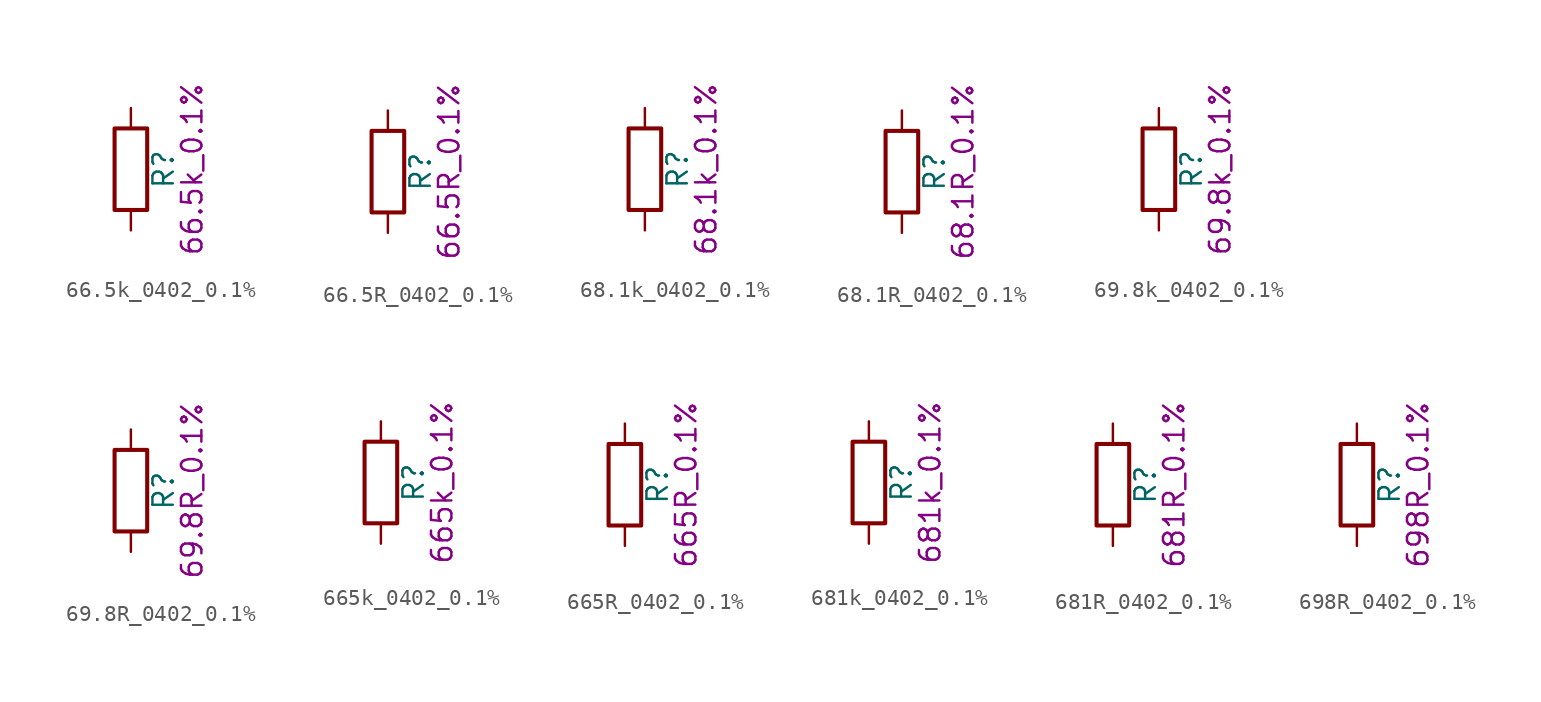
<source format=kicad_sym>
(kicad_symbol_lib
  (version 20211014)
  (generator kicad_symbol_editor)
  (symbol "66.5k_0402_0.1%"
    (pin_numbers hide)
    (pin_names
      (offset 0))
    (property "Reference" "R"
      (at 2.032 0 90)
      (effects (font (size 1.27 1.27))))
    (property "Display" "66.5k_0.1%"
      (at 3.81 0 90)
      (effects (font (size 1.27 1.27))))
    (symbol "66.5k_0402_0.1%_0_1"
      (rectangle (start -1.016 -2.54) (end 1.016 2.54) (stroke (width 0.254) (type default) (color 0 0 0 0)) (fill (type none))))
    (symbol "66.5k_0402_0.1%_1_1"
      (pin passive line (at 0 3.81 270) (length 1.27) (name "~" (effects (font (size 1.27 1.27)))) (number "1" (effects (font (size 1.27 1.27)))))
      (pin passive line (at 0 -3.81 90) (length 1.27) (name "~" (effects (font (size 1.27 1.27)))) (number "2" (effects (font (size 1.27 1.27)))))))
  (symbol "66.5R_0402_0.1%"
    (pin_numbers hide)
    (pin_names
      (offset 0))
    (property "Reference" "R"
      (at 2.032 0 90)
      (effects (font (size 1.27 1.27))))
    (property "Display" "66.5R_0.1%"
      (at 3.81 0 90)
      (effects (font (size 1.27 1.27))))
    (symbol "66.5R_0402_0.1%_0_1"
      (rectangle (start -1.016 -2.54) (end 1.016 2.54) (stroke (width 0.254) (type default) (color 0 0 0 0)) (fill (type none))))
    (symbol "66.5R_0402_0.1%_1_1"
      (pin passive line (at 0 3.81 270) (length 1.27) (name "~" (effects (font (size 1.27 1.27)))) (number "1" (effects (font (size 1.27 1.27)))))
      (pin passive line (at 0 -3.81 90) (length 1.27) (name "~" (effects (font (size 1.27 1.27)))) (number "2" (effects (font (size 1.27 1.27)))))))
  (symbol "68.1k_0402_0.1%"
    (pin_numbers hide)
    (pin_names
      (offset 0))
    (property "Reference" "R"
      (at 2.032 0 90)
      (effects (font (size 1.27 1.27))))
    (property "Display" "68.1k_0.1%"
      (at 3.81 0 90)
      (effects (font (size 1.27 1.27))))
    (symbol "68.1k_0402_0.1%_0_1"
      (rectangle (start -1.016 -2.54) (end 1.016 2.54) (stroke (width 0.254) (type default) (color 0 0 0 0)) (fill (type none))))
    (symbol "68.1k_0402_0.1%_1_1"
      (pin passive line (at 0 3.81 270) (length 1.27) (name "~" (effects (font (size 1.27 1.27)))) (number "1" (effects (font (size 1.27 1.27)))))
      (pin passive line (at 0 -3.81 90) (length 1.27) (name "~" (effects (font (size 1.27 1.27)))) (number "2" (effects (font (size 1.27 1.27)))))))
  (symbol "68.1R_0402_0.1%"
    (pin_numbers hide)
    (pin_names
      (offset 0))
    (property "Reference" "R"
      (at 2.032 0 90)
      (effects (font (size 1.27 1.27))))
    (property "Display" "68.1R_0.1%"
      (at 3.81 0 90)
      (effects (font (size 1.27 1.27))))
    (symbol "68.1R_0402_0.1%_0_1"
      (rectangle (start -1.016 -2.54) (end 1.016 2.54) (stroke (width 0.254) (type default) (color 0 0 0 0)) (fill (type none))))
    (symbol "68.1R_0402_0.1%_1_1"
      (pin passive line (at 0 3.81 270) (length 1.27) (name "~" (effects (font (size 1.27 1.27)))) (number "1" (effects (font (size 1.27 1.27)))))
      (pin passive line (at 0 -3.81 90) (length 1.27) (name "~" (effects (font (size 1.27 1.27)))) (number "2" (effects (font (size 1.27 1.27)))))))
  (symbol "69.8k_0402_0.1%"
    (pin_numbers hide)
    (pin_names
      (offset 0))
    (property "Reference" "R"
      (at 2.032 0 90)
      (effects (font (size 1.27 1.27))))
    (property "Display" "69.8k_0.1%"
      (at 3.81 0 90)
      (effects (font (size 1.27 1.27))))
    (symbol "69.8k_0402_0.1%_0_1"
      (rectangle (start -1.016 -2.54) (end 1.016 2.54) (stroke (width 0.254) (type default) (color 0 0 0 0)) (fill (type none))))
    (symbol "69.8k_0402_0.1%_1_1"
      (pin passive line (at 0 3.81 270) (length 1.27) (name "~" (effects (font (size 1.27 1.27)))) (number "1" (effects (font (size 1.27 1.27)))))
      (pin passive line (at 0 -3.81 90) (length 1.27) (name "~" (effects (font (size 1.27 1.27)))) (number "2" (effects (font (size 1.27 1.27)))))))
  (symbol "69.8R_0402_0.1%"
    (pin_numbers hide)
    (pin_names
      (offset 0))
    (property "Reference" "R"
      (at 2.032 0 90)
      (effects (font (size 1.27 1.27))))
    (property "Display" "69.8R_0.1%"
      (at 3.81 0 90)
      (effects (font (size 1.27 1.27))))
    (symbol "69.8R_0402_0.1%_0_1"
      (rectangle (start -1.016 -2.54) (end 1.016 2.54) (stroke (width 0.254) (type default) (color 0 0 0 0)) (fill (type none))))
    (symbol "69.8R_0402_0.1%_1_1"
      (pin passive line (at 0 3.81 270) (length 1.27) (name "~" (effects (font (size 1.27 1.27)))) (number "1" (effects (font (size 1.27 1.27)))))
      (pin passive line (at 0 -3.81 90) (length 1.27) (name "~" (effects (font (size 1.27 1.27)))) (number "2" (effects (font (size 1.27 1.27)))))))
  (symbol "665k_0402_0.1%"
    (pin_numbers hide)
    (pin_names
      (offset 0))
    (property "Reference" "R"
      (at 2.032 0 90)
      (effects (font (size 1.27 1.27))))
    (property "Display" "665k_0.1%"
      (at 3.81 0 90)
      (effects (font (size 1.27 1.27))))
    (symbol "665k_0402_0.1%_0_1"
      (rectangle (start -1.016 -2.54) (end 1.016 2.54) (stroke (width 0.254) (type default) (color 0 0 0 0)) (fill (type none))))
    (symbol "665k_0402_0.1%_1_1"
      (pin passive line (at 0 3.81 270) (length 1.27) (name "~" (effects (font (size 1.27 1.27)))) (number "1" (effects (font (size 1.27 1.27)))))
      (pin passive line (at 0 -3.81 90) (length 1.27) (name "~" (effects (font (size 1.27 1.27)))) (number "2" (effects (font (size 1.27 1.27)))))))
  (symbol "665R_0402_0.1%"
    (pin_numbers hide)
    (pin_names
      (offset 0))
    (property "Reference" "R"
      (at 2.032 0 90)
      (effects (font (size 1.27 1.27))))
    (property "Display" "665R_0.1%"
      (at 3.81 0 90)
      (effects (font (size 1.27 1.27))))
    (symbol "665R_0402_0.1%_0_1"
      (rectangle (start -1.016 -2.54) (end 1.016 2.54) (stroke (width 0.254) (type default) (color 0 0 0 0)) (fill (type none))))
    (symbol "665R_0402_0.1%_1_1"
      (pin passive line (at 0 3.81 270) (length 1.27) (name "~" (effects (font (size 1.27 1.27)))) (number "1" (effects (font (size 1.27 1.27)))))
      (pin passive line (at 0 -3.81 90) (length 1.27) (name "~" (effects (font (size 1.27 1.27)))) (number "2" (effects (font (size 1.27 1.27)))))))
  (symbol "681k_0402_0.1%"
    (pin_numbers hide)
    (pin_names
      (offset 0))
    (property "Reference" "R"
      (at 2.032 0 90)
      (effects (font (size 1.27 1.27))))
    (property "Display" "681k_0.1%"
      (at 3.81 0 90)
      (effects (font (size 1.27 1.27))))
    (symbol "681k_0402_0.1%_0_1"
      (rectangle (start -1.016 -2.54) (end 1.016 2.54) (stroke (width 0.254) (type default) (color 0 0 0 0)) (fill (type none))))
    (symbol "681k_0402_0.1%_1_1"
      (pin passive line (at 0 3.81 270) (length 1.27) (name "~" (effects (font (size 1.27 1.27)))) (number "1" (effects (font (size 1.27 1.27)))))
      (pin passive line (at 0 -3.81 90) (length 1.27) (name "~" (effects (font (size 1.27 1.27)))) (number "2" (effects (font (size 1.27 1.27)))))))
  (symbol "681R_0402_0.1%"
    (pin_numbers hide)
    (pin_names
      (offset 0))
    (property "Reference" "R"
      (at 2.032 0 90)
      (effects (font (size 1.27 1.27))))
    (property "Display" "681R_0.1%"
      (at 3.81 0 90)
      (effects (font (size 1.27 1.27))))
    (symbol "681R_0402_0.1%_0_1"
      (rectangle (start -1.016 -2.54) (end 1.016 2.54) (stroke (width 0.254) (type default) (color 0 0 0 0)) (fill (type none))))
    (symbol "681R_0402_0.1%_1_1"
      (pin passive line (at 0 3.81 270) (length 1.27) (name "~" (effects (font (size 1.27 1.27)))) (number "1" (effects (font (size 1.27 1.27)))))
      (pin passive line (at 0 -3.81 90) (length 1.27) (name "~" (effects (font (size 1.27 1.27)))) (number "2" (effects (font (size 1.27 1.27)))))))
  (symbol "698R_0402_0.1%"
    (pin_numbers hide)
    (pin_names
      (offset 0))
    (property "Reference" "R"
      (at 2.032 0 90)
      (effects (font (size 1.27 1.27))))
    (property "Display" "698R_0.1%"
      (at 3.81 0 90)
      (effects (font (size 1.27 1.27))))
    (symbol "698R_0402_0.1%_0_1"
      (rectangle (start -1.016 -2.54) (end 1.016 2.54) (stroke (width 0.254) (type default) (color 0 0 0 0)) (fill (type none))))
    (symbol "698R_0402_0.1%_1_1"
      (pin passive line (at 0 3.81 270) (length 1.27) (name "~" (effects (font (size 1.27 1.27)))) (number "1" (effects (font (size 1.27 1.27)))))
      (pin passive line (at 0 -3.81 90) (length 1.27) (name "~" (effects (font (size 1.27 1.27)))) (number "2" (effects (font (size 1.27 1.27))))))))
</source>
